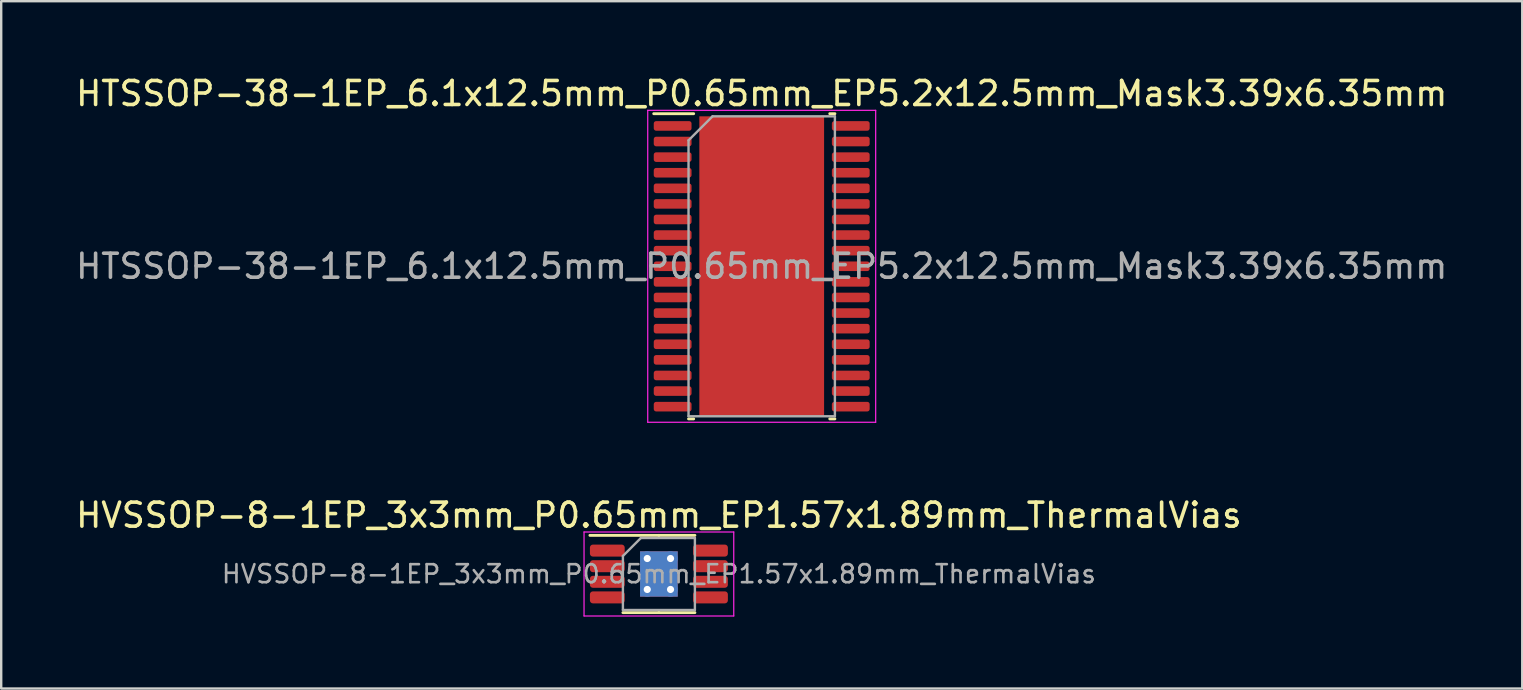
<source format=kicad_pcb>
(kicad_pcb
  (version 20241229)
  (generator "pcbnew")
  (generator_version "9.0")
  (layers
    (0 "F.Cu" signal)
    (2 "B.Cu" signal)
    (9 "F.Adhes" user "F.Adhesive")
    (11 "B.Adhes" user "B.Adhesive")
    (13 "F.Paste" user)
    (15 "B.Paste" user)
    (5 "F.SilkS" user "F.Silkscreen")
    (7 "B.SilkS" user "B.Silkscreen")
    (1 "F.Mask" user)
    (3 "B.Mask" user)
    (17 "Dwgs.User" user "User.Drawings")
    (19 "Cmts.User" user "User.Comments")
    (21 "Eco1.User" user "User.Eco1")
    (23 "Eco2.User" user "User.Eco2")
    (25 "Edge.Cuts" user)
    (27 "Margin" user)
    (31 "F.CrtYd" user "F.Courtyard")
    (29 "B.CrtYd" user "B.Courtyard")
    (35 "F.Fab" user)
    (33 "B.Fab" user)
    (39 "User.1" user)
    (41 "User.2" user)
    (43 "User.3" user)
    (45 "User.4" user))
  (footprint "HVSSOP-8-1EP_3x3mm_P0.65mm_EP1.57x1.89mm_ThermalVias"
    (layer "F.Cu")
    (at 24.411 20.872)
    (property "Reference" "HVSSOP-8-1EP_3x3mm_P0.65mm_EP1.57x1.89mm_ThermalVias" (at 0 -2.45 0) (layer "F.SilkS") (effects (font (size 1 1) (thickness 0.15))))
    (attr smd)
    (fp_line (start 0 -1.61) (end -2.875 -1.61) (stroke (width 0.12) (type solid)) (layer "F.SilkS"))
    (fp_line (start 0 -1.61) (end 1.5 -1.61) (stroke (width 0.12) (type solid)) (layer "F.SilkS"))
    (fp_line (start 0 1.61) (end -1.5 1.61) (stroke (width 0.12) (type solid)) (layer "F.SilkS"))
    (fp_line (start 0 1.61) (end 1.5 1.61) (stroke (width 0.12) (type solid)) (layer "F.SilkS"))
    (fp_line (start -3.12 -1.75) (end -3.12 1.75) (stroke (width 0.05) (type solid)) (layer "F.CrtYd"))
    (fp_line (start -3.12 1.75) (end 3.12 1.75) (stroke (width 0.05) (type solid)) (layer "F.CrtYd"))
    (fp_line (start 3.12 -1.75) (end -3.12 -1.75) (stroke (width 0.05) (type solid)) (layer "F.CrtYd"))
    (fp_line (start 3.12 1.75) (end 3.12 -1.75) (stroke (width 0.05) (type solid)) (layer "F.CrtYd"))
    (fp_line (start -1.5 -0.75) (end -0.75 -1.5) (stroke (width 0.1) (type solid)) (layer "F.Fab"))
    (fp_line (start -1.5 1.5) (end -1.5 -0.75) (stroke (width 0.1) (type solid)) (layer "F.Fab"))
    (fp_line (start -0.75 -1.5) (end 1.5 -1.5) (stroke (width 0.1) (type solid)) (layer "F.Fab"))
    (fp_line (start 1.5 -1.5) (end 1.5 1.5) (stroke (width 0.1) (type solid)) (layer "F.Fab"))
    (fp_line (start 1.5 1.5) (end -1.5 1.5) (stroke (width 0.1) (type solid)) (layer "F.Fab"))
    (fp_text user "${REFERENCE}" (at 0 0 0) (layer "F.Fab") (effects (font (size 0.75 0.75) (thickness 0.11))))
    (pad "" smd roundrect (at -0.39 -0.47) (size 0.63 0.76) (layers "F.Paste") (roundrect_rratio 0.25))
    (pad "" smd roundrect (at -0.39 0.47) (size 0.63 0.76) (layers "F.Paste") (roundrect_rratio 0.25))
    (pad "" smd roundrect (at 0.39 -0.47) (size 0.63 0.76) (layers "F.Paste") (roundrect_rratio 0.25))
    (pad "" smd roundrect (at 0.39 0.47) (size 0.63 0.76) (layers "F.Paste") (roundrect_rratio 0.25))
    (pad "1" smd roundrect (at -2.15 -0.975) (size 1.45 0.5) (layers "F.Cu" "F.Mask" "F.Paste") (roundrect_rratio 0.25))
    (pad "2" smd roundrect (at -2.15 -0.325) (size 1.45 0.5) (layers "F.Cu" "F.Mask" "F.Paste") (roundrect_rratio 0.25))
    (pad "3" smd roundrect (at -2.15 0.325) (size 1.45 0.5) (layers "F.Cu" "F.Mask" "F.Paste") (roundrect_rratio 0.25))
    (pad "4" smd roundrect (at -2.15 0.975) (size 1.45 0.5) (layers "F.Cu" "F.Mask" "F.Paste") (roundrect_rratio 0.25))
    (pad "5" smd roundrect (at 2.15 0.975) (size 1.45 0.5) (layers "F.Cu" "F.Mask" "F.Paste") (roundrect_rratio 0.25))
    (pad "6" smd roundrect (at 2.15 0.325) (size 1.45 0.5) (layers "F.Cu" "F.Mask" "F.Paste") (roundrect_rratio 0.25))
    (pad "7" smd roundrect (at 2.15 -0.325) (size 1.45 0.5) (layers "F.Cu" "F.Mask" "F.Paste") (roundrect_rratio 0.25))
    (pad "8" smd roundrect (at 2.15 -0.975) (size 1.45 0.5) (layers "F.Cu" "F.Mask" "F.Paste") (roundrect_rratio 0.25))
    (pad "9" thru_hole circle (at -0.485 -0.645) (size 0.6 0.6) (drill 0.3) (layers "*.Cu"))
    (pad "9" thru_hole circle (at -0.485 0.645) (size 0.6 0.6) (drill 0.3) (layers "*.Cu"))
    (pad "9" smd rect (at 0 0) (size 1.57 1.89) (layers "F.Cu" "F.Mask"))
    (pad "9" smd rect (at 0 0) (size 1.57 1.89) (layers "B.Cu"))
    (pad "9" thru_hole circle (at 0.485 -0.645) (size 0.6 0.6) (drill 0.3) (layers "*.Cu"))
    (pad "9" thru_hole circle (at 0.485 0.645) (size 0.6 0.6) (drill 0.3) (layers "*.Cu")))
  (footprint "HTSSOP-38-1EP_6.1x12.5mm_P0.65mm_EP5.2x12.5mm_Mask3.39x6.35mm"
    (layer "F.Cu")
    (at 28.696 8.048)
    (property "Reference" "HTSSOP-38-1EP_6.1x12.5mm_P0.65mm_EP5.2x12.5mm_Mask3.39x6.35mm" (at 0 -7.2 0) (layer "F.SilkS") (effects (font (size 1 1) (thickness 0.15))))
    (attr smd)
    (fp_line (start -2.836 -6.36) (end -4.5 -6.36) (stroke (width 0.12) (type solid)) (layer "F.SilkS"))
    (fp_line (start -2.836 6.36) (end -3.05 6.36) (stroke (width 0.12) (type solid)) (layer "F.SilkS"))
    (fp_line (start 2.836 -6.36) (end 3.05 -6.36) (stroke (width 0.12) (type solid)) (layer "F.SilkS"))
    (fp_line (start 2.836 6.36) (end 3.05 6.36) (stroke (width 0.12) (type solid)) (layer "F.SilkS"))
    (fp_line (start -4.75 -6.5) (end -4.75 6.5) (stroke (width 0.05) (type solid)) (layer "F.CrtYd"))
    (fp_line (start -4.75 6.5) (end 4.75 6.5) (stroke (width 0.05) (type solid)) (layer "F.CrtYd"))
    (fp_line (start 4.75 -6.5) (end -4.75 -6.5) (stroke (width 0.05) (type solid)) (layer "F.CrtYd"))
    (fp_line (start 4.75 6.5) (end 4.75 -6.5) (stroke (width 0.05) (type solid)) (layer "F.CrtYd"))
    (fp_line (start -3.05 -5.25) (end -2.05 -6.25) (stroke (width 0.1) (type solid)) (layer "F.Fab"))
    (fp_line (start -3.05 6.25) (end -3.05 -5.25) (stroke (width 0.1) (type solid)) (layer "F.Fab"))
    (fp_line (start -2.05 -6.25) (end 3.05 -6.25) (stroke (width 0.1) (type solid)) (layer "F.Fab"))
    (fp_line (start 3.05 -6.25) (end 3.05 6.25) (stroke (width 0.1) (type solid)) (layer "F.Fab"))
    (fp_line (start 3.05 6.25) (end -3.05 6.25) (stroke (width 0.1) (type solid)) (layer "F.Fab"))
    (fp_text user "${REFERENCE}" (at 0 0 0) (layer "F.Fab") (effects (font (size 1 1) (thickness 0.15))))
    (pad "" smd roundrect (at -0.85 -2.12) (size 1.37 1.71) (layers "F.Paste") (roundrect_rratio 0.182))
    (pad "" smd roundrect (at -0.85 0) (size 1.37 1.71) (layers "F.Paste") (roundrect_rratio 0.182))
    (pad "" smd roundrect (at -0.85 2.12) (size 1.37 1.71) (layers "F.Paste") (roundrect_rratio 0.182))
    (pad "" smd rect (at 0 0) (size 3.39 6.35) (layers "F.Mask"))
    (pad "" smd roundrect (at 0.85 -2.12) (size 1.37 1.71) (layers "F.Paste") (roundrect_rratio 0.182))
    (pad "" smd roundrect (at 0.85 0) (size 1.37 1.71) (layers "F.Paste") (roundrect_rratio 0.182))
    (pad "" smd roundrect (at 0.85 2.12) (size 1.37 1.71) (layers "F.Paste") (roundrect_rratio 0.182))
    (pad "1" smd roundrect (at -3.712 -5.85) (size 1.575 0.4) (layers "F.Cu" "F.Mask" "F.Paste") (roundrect_rratio 0.25))
    (pad "2" smd roundrect (at -3.712 -5.2) (size 1.575 0.4) (layers "F.Cu" "F.Mask" "F.Paste") (roundrect_rratio 0.25))
    (pad "3" smd roundrect (at -3.712 -4.55) (size 1.575 0.4) (layers "F.Cu" "F.Mask" "F.Paste") (roundrect_rratio 0.25))
    (pad "4" smd roundrect (at -3.712 -3.9) (size 1.575 0.4) (layers "F.Cu" "F.Mask" "F.Paste") (roundrect_rratio 0.25))
    (pad "5" smd roundrect (at -3.712 -3.25) (size 1.575 0.4) (layers "F.Cu" "F.Mask" "F.Paste") (roundrect_rratio 0.25))
    (pad "6" smd roundrect (at -3.712 -2.6) (size 1.575 0.4) (layers "F.Cu" "F.Mask" "F.Paste") (roundrect_rratio 0.25))
    (pad "7" smd roundrect (at -3.712 -1.95) (size 1.575 0.4) (layers "F.Cu" "F.Mask" "F.Paste") (roundrect_rratio 0.25))
    (pad "8" smd roundrect (at -3.712 -1.3) (size 1.575 0.4) (layers "F.Cu" "F.Mask" "F.Paste") (roundrect_rratio 0.25))
    (pad "9" smd roundrect (at -3.712 -0.65) (size 1.575 0.4) (layers "F.Cu" "F.Mask" "F.Paste") (roundrect_rratio 0.25))
    (pad "10" smd roundrect (at -3.712 0) (size 1.575 0.4) (layers "F.Cu" "F.Mask" "F.Paste") (roundrect_rratio 0.25))
    (pad "11" smd roundrect (at -3.712 0.65) (size 1.575 0.4) (layers "F.Cu" "F.Mask" "F.Paste") (roundrect_rratio 0.25))
    (pad "12" smd roundrect (at -3.712 1.3) (size 1.575 0.4) (layers "F.Cu" "F.Mask" "F.Paste") (roundrect_rratio 0.25))
    (pad "13" smd roundrect (at -3.712 1.95) (size 1.575 0.4) (layers "F.Cu" "F.Mask" "F.Paste") (roundrect_rratio 0.25))
    (pad "14" smd roundrect (at -3.712 2.6) (size 1.575 0.4) (layers "F.Cu" "F.Mask" "F.Paste") (roundrect_rratio 0.25))
    (pad "15" smd roundrect (at -3.712 3.25) (size 1.575 0.4) (layers "F.Cu" "F.Mask" "F.Paste") (roundrect_rratio 0.25))
    (pad "16" smd roundrect (at -3.712 3.9) (size 1.575 0.4) (layers "F.Cu" "F.Mask" "F.Paste") (roundrect_rratio 0.25))
    (pad "17" smd roundrect (at -3.712 4.55) (size 1.575 0.4) (layers "F.Cu" "F.Mask" "F.Paste") (roundrect_rratio 0.25))
    (pad "18" smd roundrect (at -3.712 5.2) (size 1.575 0.4) (layers "F.Cu" "F.Mask" "F.Paste") (roundrect_rratio 0.25))
    (pad "19" smd roundrect (at -3.712 5.85) (size 1.575 0.4) (layers "F.Cu" "F.Mask" "F.Paste") (roundrect_rratio 0.25))
    (pad "20" smd roundrect (at 3.712 5.85) (size 1.575 0.4) (layers "F.Cu" "F.Mask" "F.Paste") (roundrect_rratio 0.25))
    (pad "21" smd roundrect (at 3.712 5.2) (size 1.575 0.4) (layers "F.Cu" "F.Mask" "F.Paste") (roundrect_rratio 0.25))
    (pad "22" smd roundrect (at 3.712 4.55) (size 1.575 0.4) (layers "F.Cu" "F.Mask" "F.Paste") (roundrect_rratio 0.25))
    (pad "23" smd roundrect (at 3.712 3.9) (size 1.575 0.4) (layers "F.Cu" "F.Mask" "F.Paste") (roundrect_rratio 0.25))
    (pad "24" smd roundrect (at 3.712 3.25) (size 1.575 0.4) (layers "F.Cu" "F.Mask" "F.Paste") (roundrect_rratio 0.25))
    (pad "25" smd roundrect (at 3.712 2.6) (size 1.575 0.4) (layers "F.Cu" "F.Mask" "F.Paste") (roundrect_rratio 0.25))
    (pad "26" smd roundrect (at 3.712 1.95) (size 1.575 0.4) (layers "F.Cu" "F.Mask" "F.Paste") (roundrect_rratio 0.25))
    (pad "27" smd roundrect (at 3.712 1.3) (size 1.575 0.4) (layers "F.Cu" "F.Mask" "F.Paste") (roundrect_rratio 0.25))
    (pad "28" smd roundrect (at 3.712 0.65) (size 1.575 0.4) (layers "F.Cu" "F.Mask" "F.Paste") (roundrect_rratio 0.25))
    (pad "29" smd roundrect (at 3.712 0) (size 1.575 0.4) (layers "F.Cu" "F.Mask" "F.Paste") (roundrect_rratio 0.25))
    (pad "30" smd roundrect (at 3.712 -0.65) (size 1.575 0.4) (layers "F.Cu" "F.Mask" "F.Paste") (roundrect_rratio 0.25))
    (pad "31" smd roundrect (at 3.712 -1.3) (size 1.575 0.4) (layers "F.Cu" "F.Mask" "F.Paste") (roundrect_rratio 0.25))
    (pad "32" smd roundrect (at 3.712 -1.95) (size 1.575 0.4) (layers "F.Cu" "F.Mask" "F.Paste") (roundrect_rratio 0.25))
    (pad "33" smd roundrect (at 3.712 -2.6) (size 1.575 0.4) (layers "F.Cu" "F.Mask" "F.Paste") (roundrect_rratio 0.25))
    (pad "34" smd roundrect (at 3.712 -3.25) (size 1.575 0.4) (layers "F.Cu" "F.Mask" "F.Paste") (roundrect_rratio 0.25))
    (pad "35" smd roundrect (at 3.712 -3.9) (size 1.575 0.4) (layers "F.Cu" "F.Mask" "F.Paste") (roundrect_rratio 0.25))
    (pad "36" smd roundrect (at 3.712 -4.55) (size 1.575 0.4) (layers "F.Cu" "F.Mask" "F.Paste") (roundrect_rratio 0.25))
    (pad "37" smd roundrect (at 3.712 -5.2) (size 1.575 0.4) (layers "F.Cu" "F.Mask" "F.Paste") (roundrect_rratio 0.25))
    (pad "38" smd roundrect (at 3.712 -5.85) (size 1.575 0.4) (layers "F.Cu" "F.Mask" "F.Paste") (roundrect_rratio 0.25))
    (pad "39" smd rect (at 0 0) (size 5.2 12.5) (layers "F.Cu")))
  (gr_rect
    (start -3 -3)
    (end 60.393 25.646)
    (stroke (width 0.1) (type default))
    (fill no)
    (layer "Edge.Cuts")))
</source>
